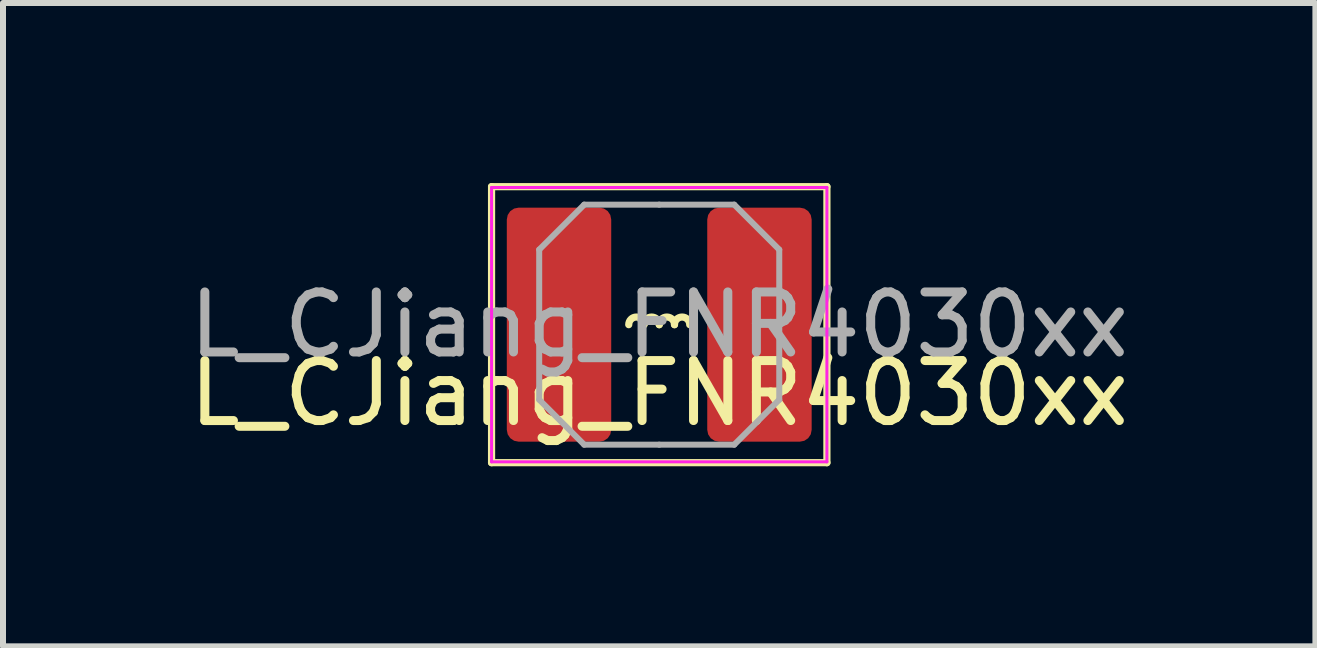
<source format=kicad_pcb>
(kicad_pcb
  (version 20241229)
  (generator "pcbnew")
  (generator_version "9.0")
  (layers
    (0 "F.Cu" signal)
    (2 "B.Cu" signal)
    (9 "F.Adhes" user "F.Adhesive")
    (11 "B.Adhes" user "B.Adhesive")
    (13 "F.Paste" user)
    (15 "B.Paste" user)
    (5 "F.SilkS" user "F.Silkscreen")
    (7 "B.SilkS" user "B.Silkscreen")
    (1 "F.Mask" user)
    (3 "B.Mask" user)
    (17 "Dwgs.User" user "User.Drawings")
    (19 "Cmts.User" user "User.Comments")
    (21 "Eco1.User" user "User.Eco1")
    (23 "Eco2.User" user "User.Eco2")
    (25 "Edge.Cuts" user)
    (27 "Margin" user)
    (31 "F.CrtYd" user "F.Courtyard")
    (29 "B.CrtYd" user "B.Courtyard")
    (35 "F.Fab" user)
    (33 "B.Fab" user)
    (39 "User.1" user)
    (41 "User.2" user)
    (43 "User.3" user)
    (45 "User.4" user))
  (footprint "L_CJiang_FNR4030xx"
    (layer "F.Cu")
    (at 7.935 2.36)
    (property "Reference" "L_CJiang_FNR4030xx" (at 0 1.143 180) (layer "F.SilkS") (effects (font (size 1 1) (thickness 0.15))))
    (attr smd)
    (fp_line (start -2.794 -2.3) (end -2.794 2.3) (stroke (width 0.12) (type solid)) (layer "F.SilkS"))
    (fp_line (start -2.794 2.3) (end 2.794 2.3) (stroke (width 0.12) (type solid)) (layer "F.SilkS"))
    (fp_line (start 2.794 -2.3) (end -2.794 -2.3) (stroke (width 0.12) (type solid)) (layer "F.SilkS"))
    (fp_line (start 2.794 2.3) (end 2.794 -2.3) (stroke (width 0.12) (type solid)) (layer "F.SilkS"))
    (fp_arc (start -0.508 0) (mid -0.381 -0.127) (end -0.254 0) (stroke (width 0.12) (type solid)) (layer "F.SilkS"))
    (fp_arc (start -0.254 0) (mid -0.127 -0.127) (end 0 0) (stroke (width 0.12) (type solid)) (layer "F.SilkS"))
    (fp_arc (start 0 0) (mid 0.127 -0.127) (end 0.254 0) (stroke (width 0.12) (type solid)) (layer "F.SilkS"))
    (fp_arc (start 0.254 0) (mid 0.381 -0.127) (end 0.508 0) (stroke (width 0.12) (type solid)) (layer "F.SilkS"))
    (fp_line (start -2.794 -2.286) (end -2.794 2.286) (stroke (width 0.05) (type solid)) (layer "F.CrtYd"))
    (fp_line (start -2.794 2.286) (end 2.794 2.286) (stroke (width 0.05) (type solid)) (layer "F.CrtYd"))
    (fp_line (start 2.794 -2.286) (end -2.794 -2.286) (stroke (width 0.05) (type solid)) (layer "F.CrtYd"))
    (fp_line (start 2.794 2.286) (end 2.794 -2.286) (stroke (width 0.05) (type solid)) (layer "F.CrtYd"))
    (fp_line (start -2 -1.25) (end -1.25 -2) (stroke (width 0.1) (type solid)) (layer "F.Fab"))
    (fp_line (start -2 0) (end -2 -1.25) (stroke (width 0.1) (type solid)) (layer "F.Fab"))
    (fp_line (start -2 0) (end -2 1.25) (stroke (width 0.1) (type solid)) (layer "F.Fab"))
    (fp_line (start -2 1.25) (end -1.25 2) (stroke (width 0.1) (type solid)) (layer "F.Fab"))
    (fp_line (start -1.25 -2) (end 0 -2) (stroke (width 0.1) (type solid)) (layer "F.Fab"))
    (fp_line (start -1.25 2) (end 0 2) (stroke (width 0.1) (type solid)) (layer "F.Fab"))
    (fp_line (start 1.25 -2) (end 0 -2) (stroke (width 0.1) (type solid)) (layer "F.Fab"))
    (fp_line (start 1.25 2) (end 0 2) (stroke (width 0.1) (type solid)) (layer "F.Fab"))
    (fp_line (start 2 -1.25) (end 1.25 -2) (stroke (width 0.1) (type solid)) (layer "F.Fab"))
    (fp_line (start 2 0) (end 2 -1.25) (stroke (width 0.1) (type solid)) (layer "F.Fab"))
    (fp_line (start 2 0) (end 2 1.25) (stroke (width 0.1) (type solid)) (layer "F.Fab"))
    (fp_line (start 2 1.25) (end 1.25 2) (stroke (width 0.1) (type solid)) (layer "F.Fab"))
    (fp_text user "${REFERENCE}" (at 0 0 180) (layer "F.Fab") (effects (font (size 1 1) (thickness 0.15))))
    (pad "1" smd roundrect (at -1.67 0) (size 1.74 3.9) (layers "F.Cu" "F.Mask" "F.Paste") (roundrect_rratio 0.114))
    (pad "2" smd roundrect (at 1.67 0) (size 1.74 3.9) (layers "F.Cu" "F.Mask" "F.Paste") (roundrect_rratio 0.114)))
  (gr_rect
    (start -3 -3)
    (end 18.869 7.72)
    (stroke (width 0.1) (type default))
    (fill no)
    (layer "Edge.Cuts")))
</source>
